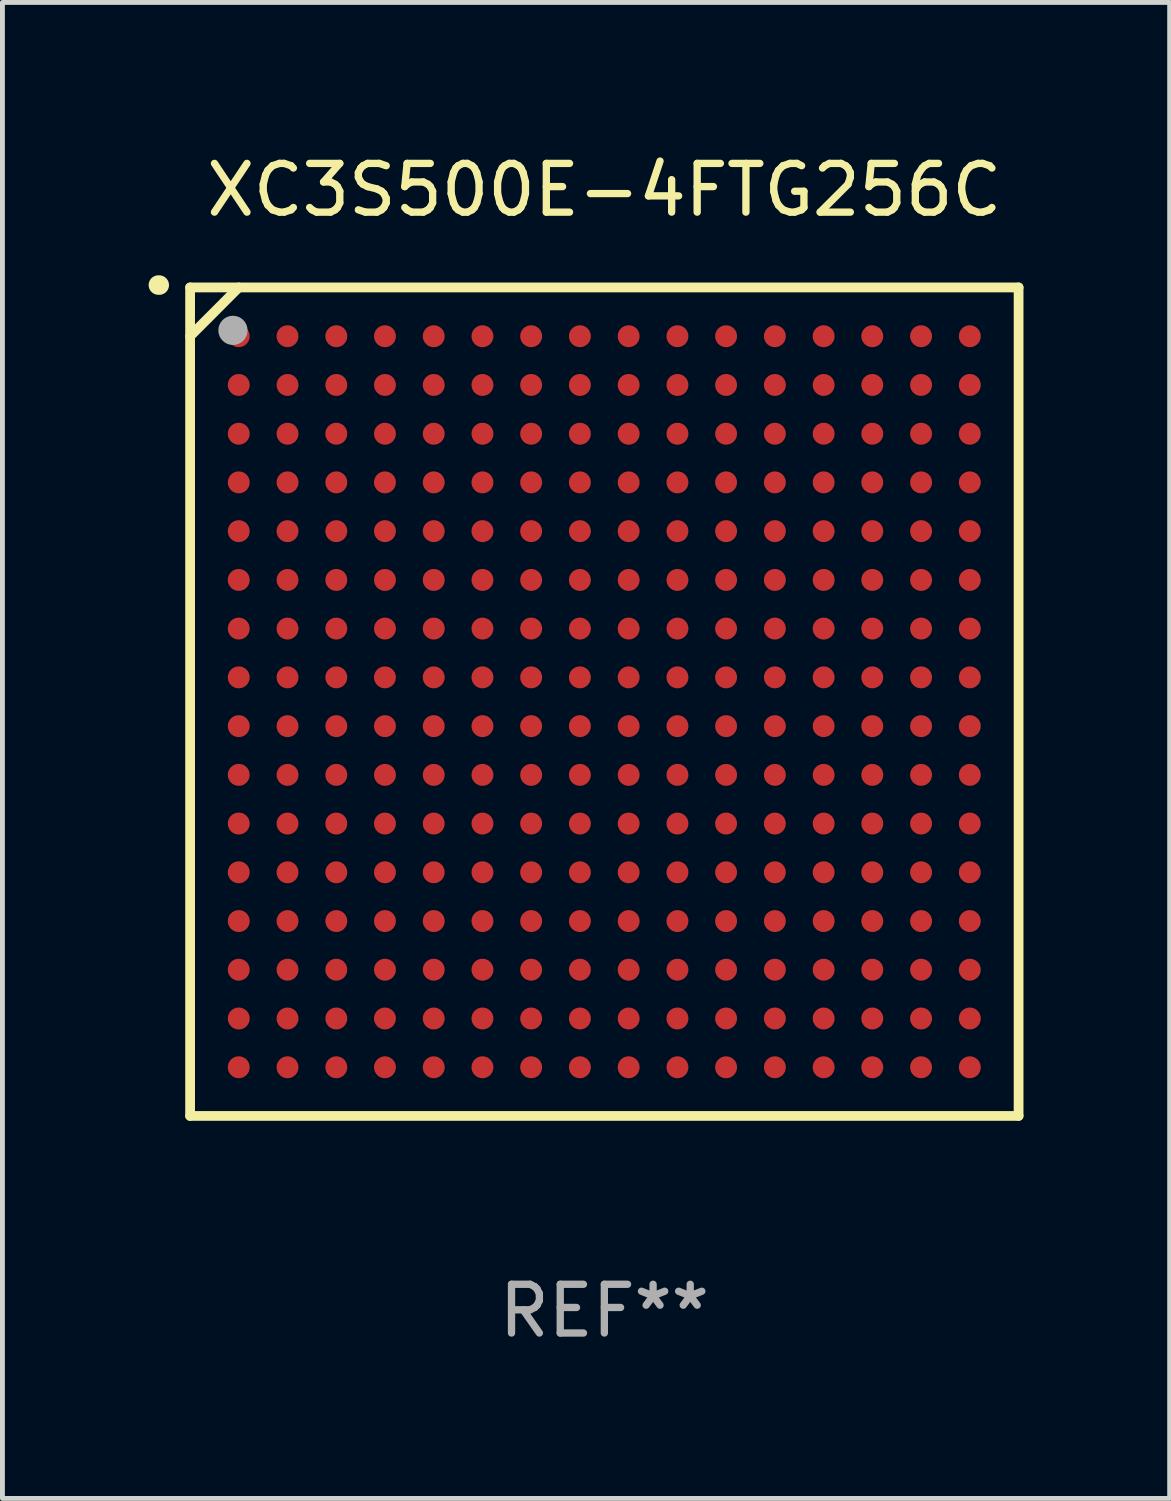
<source format=kicad_pcb>
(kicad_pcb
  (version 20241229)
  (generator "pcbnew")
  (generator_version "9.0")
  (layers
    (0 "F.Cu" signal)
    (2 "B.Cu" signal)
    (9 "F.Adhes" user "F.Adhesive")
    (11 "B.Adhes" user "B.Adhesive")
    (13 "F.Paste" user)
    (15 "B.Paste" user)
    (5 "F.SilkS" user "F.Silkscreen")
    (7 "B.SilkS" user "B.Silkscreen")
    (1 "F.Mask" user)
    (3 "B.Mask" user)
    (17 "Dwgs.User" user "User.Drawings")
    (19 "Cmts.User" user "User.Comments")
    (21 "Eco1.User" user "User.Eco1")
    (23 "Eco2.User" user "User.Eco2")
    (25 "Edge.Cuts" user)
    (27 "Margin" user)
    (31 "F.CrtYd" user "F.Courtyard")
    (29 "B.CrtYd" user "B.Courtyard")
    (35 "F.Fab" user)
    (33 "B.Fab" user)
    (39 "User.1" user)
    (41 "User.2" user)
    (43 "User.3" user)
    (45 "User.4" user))
  (footprint "XC3S500E-4FTG256C"
    (layer "F.Cu")
    (at 9.351 11.348)
    (property "Reference" "XC3S500E-4FTG256C" (at 0 -10.5 0) (layer "F.SilkS") (effects (font (size 1 1) (thickness 0.15))))
    (attr through_hole)
    (fp_line (start -8.5 -8.5) (end 8.5 -8.5) (stroke (width 0.2) (type solid)) (layer "F.SilkS"))
    (fp_line (start -8.5 -7.499) (end -7.502 -8.5) (stroke (width 0.2) (type solid)) (layer "F.SilkS"))
    (fp_line (start -8.5 8.5) (end -8.5 -8.5) (stroke (width 0.2) (type solid)) (layer "F.SilkS"))
    (fp_line (start 8.5 -8.5) (end 8.5 8.5) (stroke (width 0.2) (type solid)) (layer "F.SilkS"))
    (fp_line (start 8.5 8.5) (end -8.5 8.5) (stroke (width 0.2) (type solid)) (layer "F.SilkS"))
    (fp_arc (start -9.151181 -8.548768) (mid -9.142295 -8.548541) (end -9.133426 -8.547955) (stroke (width 0.4) (type solid)) (layer "F.SilkS"))
    (fp_circle (center -8.501 -8.499) (end -8.471 -8.499) (stroke (width 0.06) (type solid)) (fill no) (layer "F.SilkS"))
    (fp_circle (center -7.621 -7.619) (end -7.471 -7.619) (stroke (width 0.3) (type solid)) (fill no) (layer "F.Fab"))
    (fp_text user "REF**" (at 0 12.5 0) (layer "F.Fab") (effects (font (size 1 1) (thickness 0.15))))
    (pad "A1" smd circle (at -7.502 -7.499) (size 0.45 0.45) (layers "F.Cu" "F.Mask" "F.Paste"))
    (pad "A2" smd circle (at -6.501 -7.499) (size 0.45 0.45) (layers "F.Cu" "F.Mask" "F.Paste"))
    (pad "A3" smd circle (at -5.5 -7.499) (size 0.45 0.45) (layers "F.Cu" "F.Mask" "F.Paste"))
    (pad "A4" smd circle (at -4.502 -7.499) (size 0.45 0.45) (layers "F.Cu" "F.Mask" "F.Paste"))
    (pad "A5" smd circle (at -3.501 -7.499) (size 0.45 0.45) (layers "F.Cu" "F.Mask" "F.Paste"))
    (pad "A6" smd circle (at -2.501 -7.499) (size 0.45 0.45) (layers "F.Cu" "F.Mask" "F.Paste"))
    (pad "A7" smd circle (at -1.502 -7.499) (size 0.45 0.45) (layers "F.Cu" "F.Mask" "F.Paste"))
    (pad "A8" smd circle (at -0.502 -7.499) (size 0.45 0.45) (layers "F.Cu" "F.Mask" "F.Paste"))
    (pad "A9" smd circle (at 0.499 -7.499) (size 0.45 0.45) (layers "F.Cu" "F.Mask" "F.Paste"))
    (pad "A10" smd circle (at 1.5 -7.499) (size 0.45 0.45) (layers "F.Cu" "F.Mask" "F.Paste"))
    (pad "A11" smd circle (at 2.498 -7.499) (size 0.45 0.45) (layers "F.Cu" "F.Mask" "F.Paste"))
    (pad "A12" smd circle (at 3.499 -7.499) (size 0.45 0.45) (layers "F.Cu" "F.Mask" "F.Paste"))
    (pad "A13" smd circle (at 4.5 -7.499) (size 0.45 0.45) (layers "F.Cu" "F.Mask" "F.Paste"))
    (pad "A14" smd circle (at 5.498 -7.499) (size 0.45 0.45) (layers "F.Cu" "F.Mask" "F.Paste"))
    (pad "A15" smd circle (at 6.499 -7.499) (size 0.45 0.45) (layers "F.Cu" "F.Mask" "F.Paste"))
    (pad "A16" smd circle (at 7.499 -7.499) (size 0.45 0.45) (layers "F.Cu" "F.Mask" "F.Paste"))
    (pad "B1" smd circle (at -7.502 -6.499) (size 0.45 0.45) (layers "F.Cu" "F.Mask" "F.Paste"))
    (pad "B2" smd circle (at -6.501 -6.499) (size 0.45 0.45) (layers "F.Cu" "F.Mask" "F.Paste"))
    (pad "B3" smd circle (at -5.5 -6.499) (size 0.45 0.45) (layers "F.Cu" "F.Mask" "F.Paste"))
    (pad "B4" smd circle (at -4.502 -6.499) (size 0.45 0.45) (layers "F.Cu" "F.Mask" "F.Paste"))
    (pad "B5" smd circle (at -3.501 -6.499) (size 0.45 0.45) (layers "F.Cu" "F.Mask" "F.Paste"))
    (pad "B6" smd circle (at -2.501 -6.499) (size 0.45 0.45) (layers "F.Cu" "F.Mask" "F.Paste"))
    (pad "B7" smd circle (at -1.502 -6.499) (size 0.45 0.45) (layers "F.Cu" "F.Mask" "F.Paste"))
    (pad "B8" smd circle (at -0.502 -6.499) (size 0.45 0.45) (layers "F.Cu" "F.Mask" "F.Paste"))
    (pad "B9" smd circle (at 0.499 -6.499) (size 0.45 0.45) (layers "F.Cu" "F.Mask" "F.Paste"))
    (pad "B10" smd circle (at 1.5 -6.499) (size 0.45 0.45) (layers "F.Cu" "F.Mask" "F.Paste"))
    (pad "B11" smd circle (at 2.498 -6.499) (size 0.45 0.45) (layers "F.Cu" "F.Mask" "F.Paste"))
    (pad "B12" smd circle (at 3.499 -6.499) (size 0.45 0.45) (layers "F.Cu" "F.Mask" "F.Paste"))
    (pad "B13" smd circle (at 4.5 -6.499) (size 0.45 0.45) (layers "F.Cu" "F.Mask" "F.Paste"))
    (pad "B14" smd circle (at 5.498 -6.499) (size 0.45 0.45) (layers "F.Cu" "F.Mask" "F.Paste"))
    (pad "B15" smd circle (at 6.499 -6.499) (size 0.45 0.45) (layers "F.Cu" "F.Mask" "F.Paste"))
    (pad "B16" smd circle (at 7.499 -6.499) (size 0.45 0.45) (layers "F.Cu" "F.Mask" "F.Paste"))
    (pad "C1" smd circle (at -7.502 -5.498) (size 0.45 0.45) (layers "F.Cu" "F.Mask" "F.Paste"))
    (pad "C2" smd circle (at -6.501 -5.498) (size 0.45 0.45) (layers "F.Cu" "F.Mask" "F.Paste"))
    (pad "C3" smd circle (at -5.5 -5.498) (size 0.45 0.45) (layers "F.Cu" "F.Mask" "F.Paste"))
    (pad "C4" smd circle (at -4.502 -5.498) (size 0.45 0.45) (layers "F.Cu" "F.Mask" "F.Paste"))
    (pad "C5" smd circle (at -3.501 -5.498) (size 0.45 0.45) (layers "F.Cu" "F.Mask" "F.Paste"))
    (pad "C6" smd circle (at -2.501 -5.498) (size 0.45 0.45) (layers "F.Cu" "F.Mask" "F.Paste"))
    (pad "C7" smd circle (at -1.502 -5.498) (size 0.45 0.45) (layers "F.Cu" "F.Mask" "F.Paste"))
    (pad "C8" smd circle (at -0.502 -5.498) (size 0.45 0.45) (layers "F.Cu" "F.Mask" "F.Paste"))
    (pad "C9" smd circle (at 0.499 -5.498) (size 0.45 0.45) (layers "F.Cu" "F.Mask" "F.Paste"))
    (pad "C10" smd circle (at 1.5 -5.498) (size 0.45 0.45) (layers "F.Cu" "F.Mask" "F.Paste"))
    (pad "C11" smd circle (at 2.498 -5.498) (size 0.45 0.45) (layers "F.Cu" "F.Mask" "F.Paste"))
    (pad "C12" smd circle (at 3.499 -5.498) (size 0.45 0.45) (layers "F.Cu" "F.Mask" "F.Paste"))
    (pad "C13" smd circle (at 4.5 -5.498) (size 0.45 0.45) (layers "F.Cu" "F.Mask" "F.Paste"))
    (pad "C14" smd circle (at 5.498 -5.498) (size 0.45 0.45) (layers "F.Cu" "F.Mask" "F.Paste"))
    (pad "C15" smd circle (at 6.499 -5.498) (size 0.45 0.45) (layers "F.Cu" "F.Mask" "F.Paste"))
    (pad "C16" smd circle (at 7.499 -5.498) (size 0.45 0.45) (layers "F.Cu" "F.Mask" "F.Paste"))
    (pad "D1" smd circle (at -7.502 -4.5) (size 0.45 0.45) (layers "F.Cu" "F.Mask" "F.Paste"))
    (pad "D2" smd circle (at -6.501 -4.5) (size 0.45 0.45) (layers "F.Cu" "F.Mask" "F.Paste"))
    (pad "D3" smd circle (at -5.5 -4.5) (size 0.45 0.45) (layers "F.Cu" "F.Mask" "F.Paste"))
    (pad "D4" smd circle (at -4.502 -4.5) (size 0.45 0.45) (layers "F.Cu" "F.Mask" "F.Paste"))
    (pad "D5" smd circle (at -3.501 -4.5) (size 0.45 0.45) (layers "F.Cu" "F.Mask" "F.Paste"))
    (pad "D6" smd circle (at -2.501 -4.5) (size 0.45 0.45) (layers "F.Cu" "F.Mask" "F.Paste"))
    (pad "D7" smd circle (at -1.502 -4.5) (size 0.45 0.45) (layers "F.Cu" "F.Mask" "F.Paste"))
    (pad "D8" smd circle (at -0.502 -4.5) (size 0.45 0.45) (layers "F.Cu" "F.Mask" "F.Paste"))
    (pad "D9" smd circle (at 0.499 -4.5) (size 0.45 0.45) (layers "F.Cu" "F.Mask" "F.Paste"))
    (pad "D10" smd circle (at 1.5 -4.5) (size 0.45 0.45) (layers "F.Cu" "F.Mask" "F.Paste"))
    (pad "D11" smd circle (at 2.498 -4.5) (size 0.45 0.45) (layers "F.Cu" "F.Mask" "F.Paste"))
    (pad "D12" smd circle (at 3.499 -4.5) (size 0.45 0.45) (layers "F.Cu" "F.Mask" "F.Paste"))
    (pad "D13" smd circle (at 4.5 -4.5) (size 0.45 0.45) (layers "F.Cu" "F.Mask" "F.Paste"))
    (pad "D14" smd circle (at 5.498 -4.5) (size 0.45 0.45) (layers "F.Cu" "F.Mask" "F.Paste"))
    (pad "D15" smd circle (at 6.499 -4.5) (size 0.45 0.45) (layers "F.Cu" "F.Mask" "F.Paste"))
    (pad "D16" smd circle (at 7.499 -4.5) (size 0.45 0.45) (layers "F.Cu" "F.Mask" "F.Paste"))
    (pad "E1" smd circle (at -7.502 -3.499) (size 0.45 0.45) (layers "F.Cu" "F.Mask" "F.Paste"))
    (pad "E2" smd circle (at -6.501 -3.499) (size 0.45 0.45) (layers "F.Cu" "F.Mask" "F.Paste"))
    (pad "E3" smd circle (at -5.5 -3.499) (size 0.45 0.45) (layers "F.Cu" "F.Mask" "F.Paste"))
    (pad "E4" smd circle (at -4.502 -3.499) (size 0.45 0.45) (layers "F.Cu" "F.Mask" "F.Paste"))
    (pad "E5" smd circle (at -3.501 -3.499) (size 0.45 0.45) (layers "F.Cu" "F.Mask" "F.Paste"))
    (pad "E6" smd circle (at -2.501 -3.499) (size 0.45 0.45) (layers "F.Cu" "F.Mask" "F.Paste"))
    (pad "E7" smd circle (at -1.502 -3.499) (size 0.45 0.45) (layers "F.Cu" "F.Mask" "F.Paste"))
    (pad "E8" smd circle (at -0.502 -3.499) (size 0.45 0.45) (layers "F.Cu" "F.Mask" "F.Paste"))
    (pad "E9" smd circle (at 0.499 -3.499) (size 0.45 0.45) (layers "F.Cu" "F.Mask" "F.Paste"))
    (pad "E10" smd circle (at 1.5 -3.499) (size 0.45 0.45) (layers "F.Cu" "F.Mask" "F.Paste"))
    (pad "E11" smd circle (at 2.498 -3.499) (size 0.45 0.45) (layers "F.Cu" "F.Mask" "F.Paste"))
    (pad "E12" smd circle (at 3.499 -3.499) (size 0.45 0.45) (layers "F.Cu" "F.Mask" "F.Paste"))
    (pad "E13" smd circle (at 4.5 -3.499) (size 0.45 0.45) (layers "F.Cu" "F.Mask" "F.Paste"))
    (pad "E14" smd circle (at 5.498 -3.499) (size 0.45 0.45) (layers "F.Cu" "F.Mask" "F.Paste"))
    (pad "E15" smd circle (at 6.499 -3.499) (size 0.45 0.45) (layers "F.Cu" "F.Mask" "F.Paste"))
    (pad "E16" smd circle (at 7.499 -3.499) (size 0.45 0.45) (layers "F.Cu" "F.Mask" "F.Paste"))
    (pad "F1" smd circle (at -7.502 -2.498) (size 0.45 0.45) (layers "F.Cu" "F.Mask" "F.Paste"))
    (pad "F2" smd circle (at -6.501 -2.498) (size 0.45 0.45) (layers "F.Cu" "F.Mask" "F.Paste"))
    (pad "F3" smd circle (at -5.5 -2.498) (size 0.45 0.45) (layers "F.Cu" "F.Mask" "F.Paste"))
    (pad "F4" smd circle (at -4.502 -2.498) (size 0.45 0.45) (layers "F.Cu" "F.Mask" "F.Paste"))
    (pad "F5" smd circle (at -3.501 -2.498) (size 0.45 0.45) (layers "F.Cu" "F.Mask" "F.Paste"))
    (pad "F6" smd circle (at -2.501 -2.498) (size 0.45 0.45) (layers "F.Cu" "F.Mask" "F.Paste"))
    (pad "F7" smd circle (at -1.502 -2.498) (size 0.45 0.45) (layers "F.Cu" "F.Mask" "F.Paste"))
    (pad "F8" smd circle (at -0.502 -2.498) (size 0.45 0.45) (layers "F.Cu" "F.Mask" "F.Paste"))
    (pad "F9" smd circle (at 0.499 -2.498) (size 0.45 0.45) (layers "F.Cu" "F.Mask" "F.Paste"))
    (pad "F10" smd circle (at 1.5 -2.498) (size 0.45 0.45) (layers "F.Cu" "F.Mask" "F.Paste"))
    (pad "F11" smd circle (at 2.498 -2.498) (size 0.45 0.45) (layers "F.Cu" "F.Mask" "F.Paste"))
    (pad "F12" smd circle (at 3.499 -2.498) (size 0.45 0.45) (layers "F.Cu" "F.Mask" "F.Paste"))
    (pad "F13" smd circle (at 4.5 -2.498) (size 0.45 0.45) (layers "F.Cu" "F.Mask" "F.Paste"))
    (pad "F14" smd circle (at 5.498 -2.498) (size 0.45 0.45) (layers "F.Cu" "F.Mask" "F.Paste"))
    (pad "F15" smd circle (at 6.499 -2.498) (size 0.45 0.45) (layers "F.Cu" "F.Mask" "F.Paste"))
    (pad "F16" smd circle (at 7.499 -2.498) (size 0.45 0.45) (layers "F.Cu" "F.Mask" "F.Paste"))
    (pad "G1" smd circle (at -7.502 -1.5) (size 0.45 0.45) (layers "F.Cu" "F.Mask" "F.Paste"))
    (pad "G2" smd circle (at -6.501 -1.5) (size 0.45 0.45) (layers "F.Cu" "F.Mask" "F.Paste"))
    (pad "G3" smd circle (at -5.5 -1.5) (size 0.45 0.45) (layers "F.Cu" "F.Mask" "F.Paste"))
    (pad "G4" smd circle (at -4.502 -1.5) (size 0.45 0.45) (layers "F.Cu" "F.Mask" "F.Paste"))
    (pad "G5" smd circle (at -3.501 -1.5) (size 0.45 0.45) (layers "F.Cu" "F.Mask" "F.Paste"))
    (pad "G6" smd circle (at -2.501 -1.5) (size 0.45 0.45) (layers "F.Cu" "F.Mask" "F.Paste"))
    (pad "G7" smd circle (at -1.502 -1.5) (size 0.45 0.45) (layers "F.Cu" "F.Mask" "F.Paste"))
    (pad "G8" smd circle (at -0.502 -1.5) (size 0.45 0.45) (layers "F.Cu" "F.Mask" "F.Paste"))
    (pad "G9" smd circle (at 0.499 -1.5) (size 0.45 0.45) (layers "F.Cu" "F.Mask" "F.Paste"))
    (pad "G10" smd circle (at 1.5 -1.5) (size 0.45 0.45) (layers "F.Cu" "F.Mask" "F.Paste"))
    (pad "G11" smd circle (at 2.498 -1.5) (size 0.45 0.45) (layers "F.Cu" "F.Mask" "F.Paste"))
    (pad "G12" smd circle (at 3.499 -1.5) (size 0.45 0.45) (layers "F.Cu" "F.Mask" "F.Paste"))
    (pad "G13" smd circle (at 4.5 -1.5) (size 0.45 0.45) (layers "F.Cu" "F.Mask" "F.Paste"))
    (pad "G14" smd circle (at 5.498 -1.5) (size 0.45 0.45) (layers "F.Cu" "F.Mask" "F.Paste"))
    (pad "G15" smd circle (at 6.499 -1.5) (size 0.45 0.45) (layers "F.Cu" "F.Mask" "F.Paste"))
    (pad "G16" smd circle (at 7.499 -1.5) (size 0.45 0.45) (layers "F.Cu" "F.Mask" "F.Paste"))
    (pad "H1" smd circle (at -7.502 -0.499) (size 0.45 0.45) (layers "F.Cu" "F.Mask" "F.Paste"))
    (pad "H2" smd circle (at -6.501 -0.499) (size 0.45 0.45) (layers "F.Cu" "F.Mask" "F.Paste"))
    (pad "H3" smd circle (at -5.5 -0.499) (size 0.45 0.45) (layers "F.Cu" "F.Mask" "F.Paste"))
    (pad "H4" smd circle (at -4.502 -0.499) (size 0.45 0.45) (layers "F.Cu" "F.Mask" "F.Paste"))
    (pad "H5" smd circle (at -3.501 -0.499) (size 0.45 0.45) (layers "F.Cu" "F.Mask" "F.Paste"))
    (pad "H6" smd circle (at -2.501 -0.499) (size 0.45 0.45) (layers "F.Cu" "F.Mask" "F.Paste"))
    (pad "H7" smd circle (at -1.502 -0.499) (size 0.45 0.45) (layers "F.Cu" "F.Mask" "F.Paste"))
    (pad "H8" smd circle (at -0.502 -0.499) (size 0.45 0.45) (layers "F.Cu" "F.Mask" "F.Paste"))
    (pad "H9" smd circle (at 0.499 -0.499) (size 0.45 0.45) (layers "F.Cu" "F.Mask" "F.Paste"))
    (pad "H10" smd circle (at 1.5 -0.499) (size 0.45 0.45) (layers "F.Cu" "F.Mask" "F.Paste"))
    (pad "H11" smd circle (at 2.498 -0.499) (size 0.45 0.45) (layers "F.Cu" "F.Mask" "F.Paste"))
    (pad "H12" smd circle (at 3.499 -0.499) (size 0.45 0.45) (layers "F.Cu" "F.Mask" "F.Paste"))
    (pad "H13" smd circle (at 4.5 -0.499) (size 0.45 0.45) (layers "F.Cu" "F.Mask" "F.Paste"))
    (pad "H14" smd circle (at 5.498 -0.499) (size 0.45 0.45) (layers "F.Cu" "F.Mask" "F.Paste"))
    (pad "H15" smd circle (at 6.499 -0.499) (size 0.45 0.45) (layers "F.Cu" "F.Mask" "F.Paste"))
    (pad "H16" smd circle (at 7.499 -0.499) (size 0.45 0.45) (layers "F.Cu" "F.Mask" "F.Paste"))
    (pad "J1" smd circle (at -7.502 0.502) (size 0.45 0.45) (layers "F.Cu" "F.Mask" "F.Paste"))
    (pad "J2" smd circle (at -6.501 0.502) (size 0.45 0.45) (layers "F.Cu" "F.Mask" "F.Paste"))
    (pad "J3" smd circle (at -5.5 0.502) (size 0.45 0.45) (layers "F.Cu" "F.Mask" "F.Paste"))
    (pad "J4" smd circle (at -4.502 0.502) (size 0.45 0.45) (layers "F.Cu" "F.Mask" "F.Paste"))
    (pad "J5" smd circle (at -3.501 0.502) (size 0.45 0.45) (layers "F.Cu" "F.Mask" "F.Paste"))
    (pad "J6" smd circle (at -2.501 0.502) (size 0.45 0.45) (layers "F.Cu" "F.Mask" "F.Paste"))
    (pad "J7" smd circle (at -1.502 0.502) (size 0.45 0.45) (layers "F.Cu" "F.Mask" "F.Paste"))
    (pad "J8" smd circle (at -0.502 0.502) (size 0.45 0.45) (layers "F.Cu" "F.Mask" "F.Paste"))
    (pad "J9" smd circle (at 0.499 0.502) (size 0.45 0.45) (layers "F.Cu" "F.Mask" "F.Paste"))
    (pad "J10" smd circle (at 1.5 0.502) (size 0.45 0.45) (layers "F.Cu" "F.Mask" "F.Paste"))
    (pad "J11" smd circle (at 2.498 0.502) (size 0.45 0.45) (layers "F.Cu" "F.Mask" "F.Paste"))
    (pad "J12" smd circle (at 3.499 0.502) (size 0.45 0.45) (layers "F.Cu" "F.Mask" "F.Paste"))
    (pad "J13" smd circle (at 4.5 0.502) (size 0.45 0.45) (layers "F.Cu" "F.Mask" "F.Paste"))
    (pad "J14" smd circle (at 5.498 0.502) (size 0.45 0.45) (layers "F.Cu" "F.Mask" "F.Paste"))
    (pad "J15" smd circle (at 6.499 0.502) (size 0.45 0.45) (layers "F.Cu" "F.Mask" "F.Paste"))
    (pad "J16" smd circle (at 7.499 0.502) (size 0.45 0.45) (layers "F.Cu" "F.Mask" "F.Paste"))
    (pad "K1" smd circle (at -7.502 1.502) (size 0.45 0.45) (layers "F.Cu" "F.Mask" "F.Paste"))
    (pad "K2" smd circle (at -6.501 1.502) (size 0.45 0.45) (layers "F.Cu" "F.Mask" "F.Paste"))
    (pad "K3" smd circle (at -5.5 1.502) (size 0.45 0.45) (layers "F.Cu" "F.Mask" "F.Paste"))
    (pad "K4" smd circle (at -4.502 1.502) (size 0.45 0.45) (layers "F.Cu" "F.Mask" "F.Paste"))
    (pad "K5" smd circle (at -3.501 1.502) (size 0.45 0.45) (layers "F.Cu" "F.Mask" "F.Paste"))
    (pad "K6" smd circle (at -2.501 1.502) (size 0.45 0.45) (layers "F.Cu" "F.Mask" "F.Paste"))
    (pad "K7" smd circle (at -1.502 1.502) (size 0.45 0.45) (layers "F.Cu" "F.Mask" "F.Paste"))
    (pad "K8" smd circle (at -0.502 1.502) (size 0.45 0.45) (layers "F.Cu" "F.Mask" "F.Paste"))
    (pad "K9" smd circle (at 0.499 1.502) (size 0.45 0.45) (layers "F.Cu" "F.Mask" "F.Paste"))
    (pad "K10" smd circle (at 1.5 1.502) (size 0.45 0.45) (layers "F.Cu" "F.Mask" "F.Paste"))
    (pad "K11" smd circle (at 2.498 1.502) (size 0.45 0.45) (layers "F.Cu" "F.Mask" "F.Paste"))
    (pad "K12" smd circle (at 3.499 1.502) (size 0.45 0.45) (layers "F.Cu" "F.Mask" "F.Paste"))
    (pad "K13" smd circle (at 4.5 1.502) (size 0.45 0.45) (layers "F.Cu" "F.Mask" "F.Paste"))
    (pad "K14" smd circle (at 5.498 1.502) (size 0.45 0.45) (layers "F.Cu" "F.Mask" "F.Paste"))
    (pad "K15" smd circle (at 6.499 1.502) (size 0.45 0.45) (layers "F.Cu" "F.Mask" "F.Paste"))
    (pad "K16" smd circle (at 7.499 1.502) (size 0.45 0.45) (layers "F.Cu" "F.Mask" "F.Paste"))
    (pad "L1" smd circle (at -7.502 2.501) (size 0.45 0.45) (layers "F.Cu" "F.Mask" "F.Paste"))
    (pad "L2" smd circle (at -6.501 2.501) (size 0.45 0.45) (layers "F.Cu" "F.Mask" "F.Paste"))
    (pad "L3" smd circle (at -5.5 2.501) (size 0.45 0.45) (layers "F.Cu" "F.Mask" "F.Paste"))
    (pad "L4" smd circle (at -4.502 2.501) (size 0.45 0.45) (layers "F.Cu" "F.Mask" "F.Paste"))
    (pad "L5" smd circle (at -3.501 2.501) (size 0.45 0.45) (layers "F.Cu" "F.Mask" "F.Paste"))
    (pad "L6" smd circle (at -2.501 2.501) (size 0.45 0.45) (layers "F.Cu" "F.Mask" "F.Paste"))
    (pad "L7" smd circle (at -1.502 2.501) (size 0.45 0.45) (layers "F.Cu" "F.Mask" "F.Paste"))
    (pad "L8" smd circle (at -0.502 2.501) (size 0.45 0.45) (layers "F.Cu" "F.Mask" "F.Paste"))
    (pad "L9" smd circle (at 0.499 2.501) (size 0.45 0.45) (layers "F.Cu" "F.Mask" "F.Paste"))
    (pad "L10" smd circle (at 1.5 2.501) (size 0.45 0.45) (layers "F.Cu" "F.Mask" "F.Paste"))
    (pad "L11" smd circle (at 2.498 2.501) (size 0.45 0.45) (layers "F.Cu" "F.Mask" "F.Paste"))
    (pad "L12" smd circle (at 3.499 2.501) (size 0.45 0.45) (layers "F.Cu" "F.Mask" "F.Paste"))
    (pad "L13" smd circle (at 4.5 2.501) (size 0.45 0.45) (layers "F.Cu" "F.Mask" "F.Paste"))
    (pad "L14" smd circle (at 5.498 2.501) (size 0.45 0.45) (layers "F.Cu" "F.Mask" "F.Paste"))
    (pad "L15" smd circle (at 6.499 2.501) (size 0.45 0.45) (layers "F.Cu" "F.Mask" "F.Paste"))
    (pad "L16" smd circle (at 7.499 2.501) (size 0.45 0.45) (layers "F.Cu" "F.Mask" "F.Paste"))
    (pad "M1" smd circle (at -7.502 3.501) (size 0.45 0.45) (layers "F.Cu" "F.Mask" "F.Paste"))
    (pad "M2" smd circle (at -6.501 3.501) (size 0.45 0.45) (layers "F.Cu" "F.Mask" "F.Paste"))
    (pad "M3" smd circle (at -5.5 3.501) (size 0.45 0.45) (layers "F.Cu" "F.Mask" "F.Paste"))
    (pad "M4" smd circle (at -4.502 3.501) (size 0.45 0.45) (layers "F.Cu" "F.Mask" "F.Paste"))
    (pad "M5" smd circle (at -3.501 3.501) (size 0.45 0.45) (layers "F.Cu" "F.Mask" "F.Paste"))
    (pad "M6" smd circle (at -2.501 3.501) (size 0.45 0.45) (layers "F.Cu" "F.Mask" "F.Paste"))
    (pad "M7" smd circle (at -1.502 3.501) (size 0.45 0.45) (layers "F.Cu" "F.Mask" "F.Paste"))
    (pad "M8" smd circle (at -0.502 3.501) (size 0.45 0.45) (layers "F.Cu" "F.Mask" "F.Paste"))
    (pad "M9" smd circle (at 0.499 3.501) (size 0.45 0.45) (layers "F.Cu" "F.Mask" "F.Paste"))
    (pad "M10" smd circle (at 1.5 3.501) (size 0.45 0.45) (layers "F.Cu" "F.Mask" "F.Paste"))
    (pad "M11" smd circle (at 2.498 3.501) (size 0.45 0.45) (layers "F.Cu" "F.Mask" "F.Paste"))
    (pad "M12" smd circle (at 3.499 3.501) (size 0.45 0.45) (layers "F.Cu" "F.Mask" "F.Paste"))
    (pad "M13" smd circle (at 4.5 3.501) (size 0.45 0.45) (layers "F.Cu" "F.Mask" "F.Paste"))
    (pad "M14" smd circle (at 5.498 3.501) (size 0.45 0.45) (layers "F.Cu" "F.Mask" "F.Paste"))
    (pad "M15" smd circle (at 6.499 3.501) (size 0.45 0.45) (layers "F.Cu" "F.Mask" "F.Paste"))
    (pad "M16" smd circle (at 7.499 3.501) (size 0.45 0.45) (layers "F.Cu" "F.Mask" "F.Paste"))
    (pad "N1" smd circle (at -7.502 4.502) (size 0.45 0.45) (layers "F.Cu" "F.Mask" "F.Paste"))
    (pad "N2" smd circle (at -6.501 4.502) (size 0.45 0.45) (layers "F.Cu" "F.Mask" "F.Paste"))
    (pad "N3" smd circle (at -5.5 4.502) (size 0.45 0.45) (layers "F.Cu" "F.Mask" "F.Paste"))
    (pad "N4" smd circle (at -4.502 4.502) (size 0.45 0.45) (layers "F.Cu" "F.Mask" "F.Paste"))
    (pad "N5" smd circle (at -3.501 4.502) (size 0.45 0.45) (layers "F.Cu" "F.Mask" "F.Paste"))
    (pad "N6" smd circle (at -2.501 4.502) (size 0.45 0.45) (layers "F.Cu" "F.Mask" "F.Paste"))
    (pad "N7" smd circle (at -1.502 4.502) (size 0.45 0.45) (layers "F.Cu" "F.Mask" "F.Paste"))
    (pad "N8" smd circle (at -0.502 4.502) (size 0.45 0.45) (layers "F.Cu" "F.Mask" "F.Paste"))
    (pad "N9" smd circle (at 0.499 4.502) (size 0.45 0.45) (layers "F.Cu" "F.Mask" "F.Paste"))
    (pad "N10" smd circle (at 1.5 4.502) (size 0.45 0.45) (layers "F.Cu" "F.Mask" "F.Paste"))
    (pad "N11" smd circle (at 2.498 4.502) (size 0.45 0.45) (layers "F.Cu" "F.Mask" "F.Paste"))
    (pad "N12" smd circle (at 3.499 4.502) (size 0.45 0.45) (layers "F.Cu" "F.Mask" "F.Paste"))
    (pad "N13" smd circle (at 4.5 4.502) (size 0.45 0.45) (layers "F.Cu" "F.Mask" "F.Paste"))
    (pad "N14" smd circle (at 5.498 4.502) (size 0.45 0.45) (layers "F.Cu" "F.Mask" "F.Paste"))
    (pad "N15" smd circle (at 6.499 4.502) (size 0.45 0.45) (layers "F.Cu" "F.Mask" "F.Paste"))
    (pad "N16" smd circle (at 7.499 4.502) (size 0.45 0.45) (layers "F.Cu" "F.Mask" "F.Paste"))
    (pad "P1" smd circle (at -7.502 5.5) (size 0.45 0.45) (layers "F.Cu" "F.Mask" "F.Paste"))
    (pad "P2" smd circle (at -6.501 5.5) (size 0.45 0.45) (layers "F.Cu" "F.Mask" "F.Paste"))
    (pad "P3" smd circle (at -5.5 5.5) (size 0.45 0.45) (layers "F.Cu" "F.Mask" "F.Paste"))
    (pad "P4" smd circle (at -4.502 5.5) (size 0.45 0.45) (layers "F.Cu" "F.Mask" "F.Paste"))
    (pad "P5" smd circle (at -3.501 5.5) (size 0.45 0.45) (layers "F.Cu" "F.Mask" "F.Paste"))
    (pad "P6" smd circle (at -2.501 5.5) (size 0.45 0.45) (layers "F.Cu" "F.Mask" "F.Paste"))
    (pad "P7" smd circle (at -1.502 5.5) (size 0.45 0.45) (layers "F.Cu" "F.Mask" "F.Paste"))
    (pad "P8" smd circle (at -0.502 5.5) (size 0.45 0.45) (layers "F.Cu" "F.Mask" "F.Paste"))
    (pad "P9" smd circle (at 0.499 5.5) (size 0.45 0.45) (layers "F.Cu" "F.Mask" "F.Paste"))
    (pad "P10" smd circle (at 1.5 5.5) (size 0.45 0.45) (layers "F.Cu" "F.Mask" "F.Paste"))
    (pad "P11" smd circle (at 2.498 5.5) (size 0.45 0.45) (layers "F.Cu" "F.Mask" "F.Paste"))
    (pad "P12" smd circle (at 3.499 5.5) (size 0.45 0.45) (layers "F.Cu" "F.Mask" "F.Paste"))
    (pad "P13" smd circle (at 4.5 5.5) (size 0.45 0.45) (layers "F.Cu" "F.Mask" "F.Paste"))
    (pad "P14" smd circle (at 5.498 5.5) (size 0.45 0.45) (layers "F.Cu" "F.Mask" "F.Paste"))
    (pad "P15" smd circle (at 6.499 5.5) (size 0.45 0.45) (layers "F.Cu" "F.Mask" "F.Paste"))
    (pad "P16" smd circle (at 7.499 5.5) (size 0.45 0.45) (layers "F.Cu" "F.Mask" "F.Paste"))
    (pad "R1" smd circle (at -7.502 6.501) (size 0.45 0.45) (layers "F.Cu" "F.Mask" "F.Paste"))
    (pad "R2" smd circle (at -6.501 6.501) (size 0.45 0.45) (layers "F.Cu" "F.Mask" "F.Paste"))
    (pad "R3" smd circle (at -5.5 6.501) (size 0.45 0.45) (layers "F.Cu" "F.Mask" "F.Paste"))
    (pad "R4" smd circle (at -4.502 6.501) (size 0.45 0.45) (layers "F.Cu" "F.Mask" "F.Paste"))
    (pad "R5" smd circle (at -3.501 6.501) (size 0.45 0.45) (layers "F.Cu" "F.Mask" "F.Paste"))
    (pad "R6" smd circle (at -2.501 6.501) (size 0.45 0.45) (layers "F.Cu" "F.Mask" "F.Paste"))
    (pad "R7" smd circle (at -1.502 6.501) (size 0.45 0.45) (layers "F.Cu" "F.Mask" "F.Paste"))
    (pad "R8" smd circle (at -0.502 6.501) (size 0.45 0.45) (layers "F.Cu" "F.Mask" "F.Paste"))
    (pad "R9" smd circle (at 0.499 6.501) (size 0.45 0.45) (layers "F.Cu" "F.Mask" "F.Paste"))
    (pad "R10" smd circle (at 1.5 6.501) (size 0.45 0.45) (layers "F.Cu" "F.Mask" "F.Paste"))
    (pad "R11" smd circle (at 2.498 6.501) (size 0.45 0.45) (layers "F.Cu" "F.Mask" "F.Paste"))
    (pad "R12" smd circle (at 3.499 6.501) (size 0.45 0.45) (layers "F.Cu" "F.Mask" "F.Paste"))
    (pad "R13" smd circle (at 4.5 6.501) (size 0.45 0.45) (layers "F.Cu" "F.Mask" "F.Paste"))
    (pad "R14" smd circle (at 5.498 6.501) (size 0.45 0.45) (layers "F.Cu" "F.Mask" "F.Paste"))
    (pad "R15" smd circle (at 6.499 6.501) (size 0.45 0.45) (layers "F.Cu" "F.Mask" "F.Paste"))
    (pad "R16" smd circle (at 7.499 6.501) (size 0.45 0.45) (layers "F.Cu" "F.Mask" "F.Paste"))
    (pad "T1" smd circle (at -7.502 7.502) (size 0.45 0.45) (layers "F.Cu" "F.Mask" "F.Paste"))
    (pad "T2" smd circle (at -6.501 7.502) (size 0.45 0.45) (layers "F.Cu" "F.Mask" "F.Paste"))
    (pad "T3" smd circle (at -5.5 7.502) (size 0.45 0.45) (layers "F.Cu" "F.Mask" "F.Paste"))
    (pad "T4" smd circle (at -4.502 7.502) (size 0.45 0.45) (layers "F.Cu" "F.Mask" "F.Paste"))
    (pad "T5" smd circle (at -3.501 7.502) (size 0.45 0.45) (layers "F.Cu" "F.Mask" "F.Paste"))
    (pad "T6" smd circle (at -2.501 7.502) (size 0.45 0.45) (layers "F.Cu" "F.Mask" "F.Paste"))
    (pad "T7" smd circle (at -1.502 7.502) (size 0.45 0.45) (layers "F.Cu" "F.Mask" "F.Paste"))
    (pad "T8" smd circle (at -0.502 7.502) (size 0.45 0.45) (layers "F.Cu" "F.Mask" "F.Paste"))
    (pad "T9" smd circle (at 0.499 7.502) (size 0.45 0.45) (layers "F.Cu" "F.Mask" "F.Paste"))
    (pad "T10" smd circle (at 1.5 7.502) (size 0.45 0.45) (layers "F.Cu" "F.Mask" "F.Paste"))
    (pad "T11" smd circle (at 2.498 7.502) (size 0.45 0.45) (layers "F.Cu" "F.Mask" "F.Paste"))
    (pad "T12" smd circle (at 3.499 7.502) (size 0.45 0.45) (layers "F.Cu" "F.Mask" "F.Paste"))
    (pad "T13" smd circle (at 4.5 7.502) (size 0.45 0.45) (layers "F.Cu" "F.Mask" "F.Paste"))
    (pad "T14" smd circle (at 5.498 7.502) (size 0.45 0.45) (layers "F.Cu" "F.Mask" "F.Paste"))
    (pad "T15" smd circle (at 6.499 7.502) (size 0.45 0.45) (layers "F.Cu" "F.Mask" "F.Paste"))
    (pad "T16" smd circle (at 7.499 7.502) (size 0.45 0.45) (layers "F.Cu" "F.Mask" "F.Paste")))
  (gr_rect
    (start -3 -3)
    (end 20.951 27.697)
    (stroke (width 0.1) (type default))
    (fill no)
    (layer "Edge.Cuts")))
</source>
